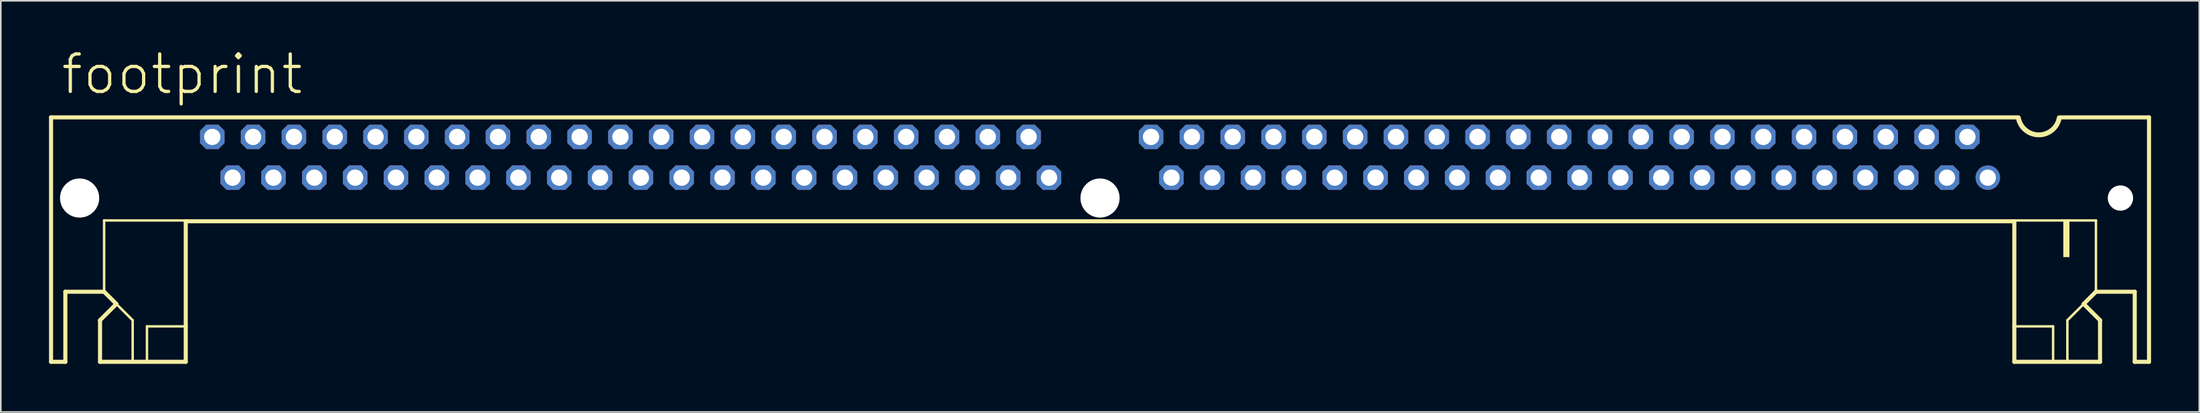
<source format=kicad_pcb>
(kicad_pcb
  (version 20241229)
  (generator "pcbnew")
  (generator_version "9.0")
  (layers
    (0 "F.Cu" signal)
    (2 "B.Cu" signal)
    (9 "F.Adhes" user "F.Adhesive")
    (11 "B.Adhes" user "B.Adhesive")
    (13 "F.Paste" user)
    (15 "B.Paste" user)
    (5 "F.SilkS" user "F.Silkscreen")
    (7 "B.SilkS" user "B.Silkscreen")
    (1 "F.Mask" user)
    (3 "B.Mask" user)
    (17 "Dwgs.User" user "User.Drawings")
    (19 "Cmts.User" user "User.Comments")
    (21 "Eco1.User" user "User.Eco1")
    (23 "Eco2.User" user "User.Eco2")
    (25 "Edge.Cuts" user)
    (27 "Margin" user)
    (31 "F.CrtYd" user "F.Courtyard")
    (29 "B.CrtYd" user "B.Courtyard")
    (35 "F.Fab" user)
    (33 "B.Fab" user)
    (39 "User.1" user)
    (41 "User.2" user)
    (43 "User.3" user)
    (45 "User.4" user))
  (footprint "footprint"
    (layer "F.Cu")
    (at 65.405 6.756)
    (property "Reference" "footprint" (at -64.77 -3.81 0) (layer "F.SilkS") (effects (font (size 2.337 2.337) (thickness 0.203)) (justify left bottom)))
    (fp_line (start -65.278 -2.489) (end 57.15 -2.489) (stroke (width 0.254) (type solid)) (layer "F.SilkS"))
    (fp_line (start -65.278 12.751) (end -65.278 -2.489) (stroke (width 0.254) (type solid)) (layer "F.SilkS"))
    (fp_line (start -64.389 8.382) (end -64.389 12.751) (stroke (width 0.254) (type solid)) (layer "F.SilkS"))
    (fp_line (start -64.389 12.751) (end -65.278 12.751) (stroke (width 0.254) (type solid)) (layer "F.SilkS"))
    (fp_line (start -62.23 10.16) (end -61.214 9.144) (stroke (width 0.254) (type solid)) (layer "F.SilkS"))
    (fp_line (start -62.23 12.751) (end -62.23 10.16) (stroke (width 0.254) (type solid)) (layer "F.SilkS"))
    (fp_line (start -61.976 3.937) (end -61.976 8.382) (stroke (width 0.152) (type solid)) (layer "F.SilkS"))
    (fp_line (start -61.976 8.382) (end -64.389 8.382) (stroke (width 0.254) (type solid)) (layer "F.SilkS"))
    (fp_line (start -61.214 9.144) (end -61.976 8.382) (stroke (width 0.254) (type solid)) (layer "F.SilkS"))
    (fp_line (start -61.214 9.144) (end -60.198 10.16) (stroke (width 0.152) (type solid)) (layer "F.SilkS"))
    (fp_line (start -60.198 10.16) (end -60.198 12.7) (stroke (width 0.152) (type solid)) (layer "F.SilkS"))
    (fp_line (start -59.309 10.541) (end -59.309 12.7) (stroke (width 0.152) (type solid)) (layer "F.SilkS"))
    (fp_line (start -59.309 10.541) (end -56.896 10.541) (stroke (width 0.152) (type solid)) (layer "F.SilkS"))
    (fp_line (start -56.896 3.937) (end -61.976 3.937) (stroke (width 0.152) (type solid)) (layer "F.SilkS"))
    (fp_line (start -56.896 3.988) (end -56.896 10.541) (stroke (width 0.254) (type solid)) (layer "F.SilkS"))
    (fp_line (start -56.896 10.541) (end -56.896 12.751) (stroke (width 0.254) (type solid)) (layer "F.SilkS"))
    (fp_line (start -56.896 12.751) (end -62.23 12.751) (stroke (width 0.254) (type solid)) (layer "F.SilkS"))
    (fp_line (start 56.896 3.937) (end 61.976 3.937) (stroke (width 0.152) (type solid)) (layer "F.SilkS"))
    (fp_line (start 56.896 3.988) (end -56.896 3.988) (stroke (width 0.254) (type solid)) (layer "F.SilkS"))
    (fp_line (start 56.896 3.988) (end 56.896 10.541) (stroke (width 0.254) (type solid)) (layer "F.SilkS"))
    (fp_line (start 56.896 10.541) (end 56.896 12.751) (stroke (width 0.254) (type solid)) (layer "F.SilkS"))
    (fp_line (start 56.896 12.751) (end 62.23 12.751) (stroke (width 0.254) (type solid)) (layer "F.SilkS"))
    (fp_line (start 59.309 10.541) (end 56.896 10.541) (stroke (width 0.152) (type solid)) (layer "F.SilkS"))
    (fp_line (start 59.309 10.541) (end 59.309 12.7) (stroke (width 0.152) (type solid)) (layer "F.SilkS"))
    (fp_line (start 59.69 -2.489) (end 65.278 -2.489) (stroke (width 0.254) (type solid)) (layer "F.SilkS"))
    (fp_line (start 60.198 10.16) (end 60.198 12.7) (stroke (width 0.152) (type solid)) (layer "F.SilkS"))
    (fp_line (start 61.214 9.144) (end 60.198 10.16) (stroke (width 0.152) (type solid)) (layer "F.SilkS"))
    (fp_line (start 61.214 9.144) (end 61.976 8.382) (stroke (width 0.254) (type solid)) (layer "F.SilkS"))
    (fp_line (start 61.976 3.937) (end 61.976 8.382) (stroke (width 0.152) (type solid)) (layer "F.SilkS"))
    (fp_line (start 61.976 8.382) (end 64.389 8.382) (stroke (width 0.254) (type solid)) (layer "F.SilkS"))
    (fp_line (start 62.23 10.16) (end 61.214 9.144) (stroke (width 0.254) (type solid)) (layer "F.SilkS"))
    (fp_line (start 62.23 12.751) (end 62.23 10.16) (stroke (width 0.254) (type solid)) (layer "F.SilkS"))
    (fp_line (start 64.389 8.382) (end 64.389 12.751) (stroke (width 0.254) (type solid)) (layer "F.SilkS"))
    (fp_line (start 64.389 12.751) (end 65.278 12.751) (stroke (width 0.254) (type solid)) (layer "F.SilkS"))
    (fp_line (start 65.278 12.751) (end 65.278 -2.489) (stroke (width 0.254) (type solid)) (layer "F.SilkS"))
    (fp_arc (start 59.69 -2.44) (mid 58.42 -1.398849) (end 57.15 -2.44) (stroke (width 0.3048) (type solid)) (layer "F.SilkS"))
    (fp_poly (pts (xy 59.944 6.223) (xy 60.325 6.223) (xy 60.325 3.937) (xy 59.944 3.937)) (stroke (width 0) (type solid)) (fill yes) (layer "F.SilkS"))
    (pad "" np_thru_hole circle (at -63.5 2.54) (size 2.438 2.438) (drill 2.438) (layers "*.Cu" "*.Mask"))
    (pad "" np_thru_hole circle (at 0 2.54) (size 2.438 2.438) (drill 2.438) (layers "*.Cu" "*.Mask"))
    (pad "" np_thru_hole circle (at 63.5 2.54) (size 1.575 1.575) (drill 1.575) (layers "*.Cu" "*.Mask"))
    (pad "1" thru_hole circle (at 55.245 1.27) (size 1.524 1.524) (drill 1.016) (layers "*.Cu" "*.Mask"))
    (pad "2" thru_hole roundrect (at 53.975 -1.27) (size 1.524 1.524) (drill 1.016) (layers "*.Cu" "*.Mask") (roundrect_rratio 0.25) (chamfer_ratio 0.25) (chamfer top_left top_right bottom_left bottom_right))
    (pad "3" thru_hole roundrect (at 52.705 1.27) (size 1.524 1.524) (drill 1.016) (layers "*.Cu" "*.Mask") (roundrect_rratio 0.25) (chamfer_ratio 0.25) (chamfer top_left top_right bottom_left bottom_right))
    (pad "4" thru_hole roundrect (at 51.435 -1.27) (size 1.524 1.524) (drill 1.016) (layers "*.Cu" "*.Mask") (roundrect_rratio 0.25) (chamfer_ratio 0.25) (chamfer top_left top_right bottom_left bottom_right))
    (pad "5" thru_hole roundrect (at 50.165 1.27) (size 1.524 1.524) (drill 1.016) (layers "*.Cu" "*.Mask") (roundrect_rratio 0.25) (chamfer_ratio 0.25) (chamfer top_left top_right bottom_left bottom_right))
    (pad "6" thru_hole roundrect (at 48.895 -1.27) (size 1.524 1.524) (drill 1.016) (layers "*.Cu" "*.Mask") (roundrect_rratio 0.25) (chamfer_ratio 0.25) (chamfer top_left top_right bottom_left bottom_right))
    (pad "7" thru_hole roundrect (at 47.625 1.27) (size 1.524 1.524) (drill 1.016) (layers "*.Cu" "*.Mask") (roundrect_rratio 0.25) (chamfer_ratio 0.25) (chamfer top_left top_right bottom_left bottom_right))
    (pad "8" thru_hole roundrect (at 46.355 -1.27) (size 1.524 1.524) (drill 1.016) (layers "*.Cu" "*.Mask") (roundrect_rratio 0.25) (chamfer_ratio 0.25) (chamfer top_left top_right bottom_left bottom_right))
    (pad "9" thru_hole roundrect (at 45.085 1.27) (size 1.524 1.524) (drill 1.016) (layers "*.Cu" "*.Mask") (roundrect_rratio 0.25) (chamfer_ratio 0.25) (chamfer top_left top_right bottom_left bottom_right))
    (pad "10" thru_hole roundrect (at 43.815 -1.27) (size 1.524 1.524) (drill 1.016) (layers "*.Cu" "*.Mask") (roundrect_rratio 0.25) (chamfer_ratio 0.25) (chamfer top_left top_right bottom_left bottom_right))
    (pad "11" thru_hole roundrect (at 42.545 1.27) (size 1.524 1.524) (drill 1.016) (layers "*.Cu" "*.Mask") (roundrect_rratio 0.25) (chamfer_ratio 0.25) (chamfer top_left top_right bottom_left bottom_right))
    (pad "12" thru_hole roundrect (at 41.275 -1.27) (size 1.524 1.524) (drill 1.016) (layers "*.Cu" "*.Mask") (roundrect_rratio 0.25) (chamfer_ratio 0.25) (chamfer top_left top_right bottom_left bottom_right))
    (pad "13" thru_hole roundrect (at 40.005 1.27) (size 1.524 1.524) (drill 1.016) (layers "*.Cu" "*.Mask") (roundrect_rratio 0.25) (chamfer_ratio 0.25) (chamfer top_left top_right bottom_left bottom_right))
    (pad "14" thru_hole roundrect (at 38.735 -1.27) (size 1.524 1.524) (drill 1.016) (layers "*.Cu" "*.Mask") (roundrect_rratio 0.25) (chamfer_ratio 0.25) (chamfer top_left top_right bottom_left bottom_right))
    (pad "15" thru_hole roundrect (at 37.465 1.27) (size 1.524 1.524) (drill 1.016) (layers "*.Cu" "*.Mask") (roundrect_rratio 0.25) (chamfer_ratio 0.25) (chamfer top_left top_right bottom_left bottom_right))
    (pad "16" thru_hole roundrect (at 36.195 -1.27) (size 1.524 1.524) (drill 1.016) (layers "*.Cu" "*.Mask") (roundrect_rratio 0.25) (chamfer_ratio 0.25) (chamfer top_left top_right bottom_left bottom_right))
    (pad "17" thru_hole roundrect (at 34.925 1.27) (size 1.524 1.524) (drill 1.016) (layers "*.Cu" "*.Mask") (roundrect_rratio 0.25) (chamfer_ratio 0.25) (chamfer top_left top_right bottom_left bottom_right))
    (pad "18" thru_hole roundrect (at 33.655 -1.27) (size 1.524 1.524) (drill 1.016) (layers "*.Cu" "*.Mask") (roundrect_rratio 0.25) (chamfer_ratio 0.25) (chamfer top_left top_right bottom_left bottom_right))
    (pad "19" thru_hole roundrect (at 32.385 1.27) (size 1.524 1.524) (drill 1.016) (layers "*.Cu" "*.Mask") (roundrect_rratio 0.25) (chamfer_ratio 0.25) (chamfer top_left top_right bottom_left bottom_right))
    (pad "20" thru_hole roundrect (at 31.115 -1.27) (size 1.524 1.524) (drill 1.016) (layers "*.Cu" "*.Mask") (roundrect_rratio 0.25) (chamfer_ratio 0.25) (chamfer top_left top_right bottom_left bottom_right))
    (pad "21" thru_hole roundrect (at 29.845 1.27) (size 1.524 1.524) (drill 1.016) (layers "*.Cu" "*.Mask") (roundrect_rratio 0.25) (chamfer_ratio 0.25) (chamfer top_left top_right bottom_left bottom_right))
    (pad "22" thru_hole roundrect (at 28.575 -1.27) (size 1.524 1.524) (drill 1.016) (layers "*.Cu" "*.Mask") (roundrect_rratio 0.25) (chamfer_ratio 0.25) (chamfer top_left top_right bottom_left bottom_right))
    (pad "23" thru_hole roundrect (at 27.305 1.27) (size 1.524 1.524) (drill 1.016) (layers "*.Cu" "*.Mask") (roundrect_rratio 0.25) (chamfer_ratio 0.25) (chamfer top_left top_right bottom_left bottom_right))
    (pad "24" thru_hole roundrect (at 26.035 -1.27) (size 1.524 1.524) (drill 1.016) (layers "*.Cu" "*.Mask") (roundrect_rratio 0.25) (chamfer_ratio 0.25) (chamfer top_left top_right bottom_left bottom_right))
    (pad "25" thru_hole roundrect (at 24.765 1.27) (size 1.524 1.524) (drill 1.016) (layers "*.Cu" "*.Mask") (roundrect_rratio 0.25) (chamfer_ratio 0.25) (chamfer top_left top_right bottom_left bottom_right))
    (pad "26" thru_hole roundrect (at 23.495 -1.27) (size 1.524 1.524) (drill 1.016) (layers "*.Cu" "*.Mask") (roundrect_rratio 0.25) (chamfer_ratio 0.25) (chamfer top_left top_right bottom_left bottom_right))
    (pad "27" thru_hole roundrect (at 22.225 1.27) (size 1.524 1.524) (drill 1.016) (layers "*.Cu" "*.Mask") (roundrect_rratio 0.25) (chamfer_ratio 0.25) (chamfer top_left top_right bottom_left bottom_right))
    (pad "28" thru_hole roundrect (at 20.955 -1.27) (size 1.524 1.524) (drill 1.016) (layers "*.Cu" "*.Mask") (roundrect_rratio 0.25) (chamfer_ratio 0.25) (chamfer top_left top_right bottom_left bottom_right))
    (pad "29" thru_hole roundrect (at 19.685 1.27) (size 1.524 1.524) (drill 1.016) (layers "*.Cu" "*.Mask") (roundrect_rratio 0.25) (chamfer_ratio 0.25) (chamfer top_left top_right bottom_left bottom_right))
    (pad "30" thru_hole roundrect (at 18.415 -1.27) (size 1.524 1.524) (drill 1.016) (layers "*.Cu" "*.Mask") (roundrect_rratio 0.25) (chamfer_ratio 0.25) (chamfer top_left top_right bottom_left bottom_right))
    (pad "31" thru_hole roundrect (at 17.145 1.27) (size 1.524 1.524) (drill 1.016) (layers "*.Cu" "*.Mask") (roundrect_rratio 0.25) (chamfer_ratio 0.25) (chamfer top_left top_right bottom_left bottom_right))
    (pad "32" thru_hole roundrect (at 15.875 -1.27) (size 1.524 1.524) (drill 1.016) (layers "*.Cu" "*.Mask") (roundrect_rratio 0.25) (chamfer_ratio 0.25) (chamfer top_left top_right bottom_left bottom_right))
    (pad "33" thru_hole roundrect (at 14.605 1.27) (size 1.524 1.524) (drill 1.016) (layers "*.Cu" "*.Mask") (roundrect_rratio 0.25) (chamfer_ratio 0.25) (chamfer top_left top_right bottom_left bottom_right))
    (pad "34" thru_hole roundrect (at 13.335 -1.27) (size 1.524 1.524) (drill 1.016) (layers "*.Cu" "*.Mask") (roundrect_rratio 0.25) (chamfer_ratio 0.25) (chamfer top_left top_right bottom_left bottom_right))
    (pad "35" thru_hole roundrect (at 12.065 1.27) (size 1.524 1.524) (drill 1.016) (layers "*.Cu" "*.Mask") (roundrect_rratio 0.25) (chamfer_ratio 0.25) (chamfer top_left top_right bottom_left bottom_right))
    (pad "36" thru_hole roundrect (at 10.795 -1.27) (size 1.524 1.524) (drill 1.016) (layers "*.Cu" "*.Mask") (roundrect_rratio 0.25) (chamfer_ratio 0.25) (chamfer top_left top_right bottom_left bottom_right))
    (pad "37" thru_hole roundrect (at 9.525 1.27) (size 1.524 1.524) (drill 1.016) (layers "*.Cu" "*.Mask") (roundrect_rratio 0.25) (chamfer_ratio 0.25) (chamfer top_left top_right bottom_left bottom_right))
    (pad "38" thru_hole roundrect (at 8.255 -1.27) (size 1.524 1.524) (drill 1.016) (layers "*.Cu" "*.Mask") (roundrect_rratio 0.25) (chamfer_ratio 0.25) (chamfer top_left top_right bottom_left bottom_right))
    (pad "39" thru_hole roundrect (at 6.985 1.27) (size 1.524 1.524) (drill 1.016) (layers "*.Cu" "*.Mask") (roundrect_rratio 0.25) (chamfer_ratio 0.25) (chamfer top_left top_right bottom_left bottom_right))
    (pad "40" thru_hole roundrect (at 5.715 -1.27) (size 1.524 1.524) (drill 1.016) (layers "*.Cu" "*.Mask") (roundrect_rratio 0.25) (chamfer_ratio 0.25) (chamfer top_left top_right bottom_left bottom_right))
    (pad "41" thru_hole roundrect (at 4.445 1.27) (size 1.524 1.524) (drill 1.016) (layers "*.Cu" "*.Mask") (roundrect_rratio 0.25) (chamfer_ratio 0.25) (chamfer top_left top_right bottom_left bottom_right))
    (pad "42" thru_hole roundrect (at 3.175 -1.27) (size 1.524 1.524) (drill 1.016) (layers "*.Cu" "*.Mask") (roundrect_rratio 0.25) (chamfer_ratio 0.25) (chamfer top_left top_right bottom_left bottom_right))
    (pad "43" thru_hole roundrect (at -3.175 1.27) (size 1.524 1.524) (drill 1.016) (layers "*.Cu" "*.Mask") (roundrect_rratio 0.25) (chamfer_ratio 0.25) (chamfer top_left top_right bottom_left bottom_right))
    (pad "44" thru_hole roundrect (at -4.445 -1.27) (size 1.524 1.524) (drill 1.016) (layers "*.Cu" "*.Mask") (roundrect_rratio 0.25) (chamfer_ratio 0.25) (chamfer top_left top_right bottom_left bottom_right))
    (pad "45" thru_hole roundrect (at -5.715 1.27) (size 1.524 1.524) (drill 1.016) (layers "*.Cu" "*.Mask") (roundrect_rratio 0.25) (chamfer_ratio 0.25) (chamfer top_left top_right bottom_left bottom_right))
    (pad "46" thru_hole roundrect (at -6.985 -1.27) (size 1.524 1.524) (drill 1.016) (layers "*.Cu" "*.Mask") (roundrect_rratio 0.25) (chamfer_ratio 0.25) (chamfer top_left top_right bottom_left bottom_right))
    (pad "47" thru_hole roundrect (at -8.255 1.27) (size 1.524 1.524) (drill 1.016) (layers "*.Cu" "*.Mask") (roundrect_rratio 0.25) (chamfer_ratio 0.25) (chamfer top_left top_right bottom_left bottom_right))
    (pad "48" thru_hole roundrect (at -9.525 -1.27) (size 1.524 1.524) (drill 1.016) (layers "*.Cu" "*.Mask") (roundrect_rratio 0.25) (chamfer_ratio 0.25) (chamfer top_left top_right bottom_left bottom_right))
    (pad "49" thru_hole roundrect (at -10.795 1.27) (size 1.524 1.524) (drill 1.016) (layers "*.Cu" "*.Mask") (roundrect_rratio 0.25) (chamfer_ratio 0.25) (chamfer top_left top_right bottom_left bottom_right))
    (pad "50" thru_hole roundrect (at -12.065 -1.27) (size 1.524 1.524) (drill 1.016) (layers "*.Cu" "*.Mask") (roundrect_rratio 0.25) (chamfer_ratio 0.25) (chamfer top_left top_right bottom_left bottom_right))
    (pad "51" thru_hole roundrect (at -13.335 1.27) (size 1.524 1.524) (drill 1.016) (layers "*.Cu" "*.Mask") (roundrect_rratio 0.25) (chamfer_ratio 0.25) (chamfer top_left top_right bottom_left bottom_right))
    (pad "52" thru_hole roundrect (at -14.605 -1.27) (size 1.524 1.524) (drill 1.016) (layers "*.Cu" "*.Mask") (roundrect_rratio 0.25) (chamfer_ratio 0.25) (chamfer top_left top_right bottom_left bottom_right))
    (pad "53" thru_hole roundrect (at -15.875 1.27) (size 1.524 1.524) (drill 1.016) (layers "*.Cu" "*.Mask") (roundrect_rratio 0.25) (chamfer_ratio 0.25) (chamfer top_left top_right bottom_left bottom_right))
    (pad "54" thru_hole roundrect (at -17.145 -1.27) (size 1.524 1.524) (drill 1.016) (layers "*.Cu" "*.Mask") (roundrect_rratio 0.25) (chamfer_ratio 0.25) (chamfer top_left top_right bottom_left bottom_right))
    (pad "55" thru_hole roundrect (at -18.415 1.27) (size 1.524 1.524) (drill 1.016) (layers "*.Cu" "*.Mask") (roundrect_rratio 0.25) (chamfer_ratio 0.25) (chamfer top_left top_right bottom_left bottom_right))
    (pad "56" thru_hole roundrect (at -19.685 -1.27) (size 1.524 1.524) (drill 1.016) (layers "*.Cu" "*.Mask") (roundrect_rratio 0.25) (chamfer_ratio 0.25) (chamfer top_left top_right bottom_left bottom_right))
    (pad "57" thru_hole roundrect (at -20.955 1.27) (size 1.524 1.524) (drill 1.016) (layers "*.Cu" "*.Mask") (roundrect_rratio 0.25) (chamfer_ratio 0.25) (chamfer top_left top_right bottom_left bottom_right))
    (pad "58" thru_hole roundrect (at -22.225 -1.27) (size 1.524 1.524) (drill 1.016) (layers "*.Cu" "*.Mask") (roundrect_rratio 0.25) (chamfer_ratio 0.25) (chamfer top_left top_right bottom_left bottom_right))
    (pad "59" thru_hole roundrect (at -23.495 1.27) (size 1.524 1.524) (drill 1.016) (layers "*.Cu" "*.Mask") (roundrect_rratio 0.25) (chamfer_ratio 0.25) (chamfer top_left top_right bottom_left bottom_right))
    (pad "60" thru_hole roundrect (at -24.765 -1.27) (size 1.524 1.524) (drill 1.016) (layers "*.Cu" "*.Mask") (roundrect_rratio 0.25) (chamfer_ratio 0.25) (chamfer top_left top_right bottom_left bottom_right))
    (pad "61" thru_hole roundrect (at -26.035 1.27) (size 1.524 1.524) (drill 1.016) (layers "*.Cu" "*.Mask") (roundrect_rratio 0.25) (chamfer_ratio 0.25) (chamfer top_left top_right bottom_left bottom_right))
    (pad "62" thru_hole roundrect (at -27.305 -1.27) (size 1.524 1.524) (drill 1.016) (layers "*.Cu" "*.Mask") (roundrect_rratio 0.25) (chamfer_ratio 0.25) (chamfer top_left top_right bottom_left bottom_right))
    (pad "63" thru_hole roundrect (at -28.575 1.27) (size 1.524 1.524) (drill 1.016) (layers "*.Cu" "*.Mask") (roundrect_rratio 0.25) (chamfer_ratio 0.25) (chamfer top_left top_right bottom_left bottom_right))
    (pad "64" thru_hole roundrect (at -29.845 -1.27) (size 1.524 1.524) (drill 1.016) (layers "*.Cu" "*.Mask") (roundrect_rratio 0.25) (chamfer_ratio 0.25) (chamfer top_left top_right bottom_left bottom_right))
    (pad "65" thru_hole roundrect (at -31.115 1.27) (size 1.524 1.524) (drill 1.016) (layers "*.Cu" "*.Mask") (roundrect_rratio 0.25) (chamfer_ratio 0.25) (chamfer top_left top_right bottom_left bottom_right))
    (pad "66" thru_hole roundrect (at -32.385 -1.27) (size 1.524 1.524) (drill 1.016) (layers "*.Cu" "*.Mask") (roundrect_rratio 0.25) (chamfer_ratio 0.25) (chamfer top_left top_right bottom_left bottom_right))
    (pad "67" thru_hole roundrect (at -33.655 1.27) (size 1.524 1.524) (drill 1.016) (layers "*.Cu" "*.Mask") (roundrect_rratio 0.25) (chamfer_ratio 0.25) (chamfer top_left top_right bottom_left bottom_right))
    (pad "68" thru_hole roundrect (at -34.925 -1.27) (size 1.524 1.524) (drill 1.016) (layers "*.Cu" "*.Mask") (roundrect_rratio 0.25) (chamfer_ratio 0.25) (chamfer top_left top_right bottom_left bottom_right))
    (pad "69" thru_hole roundrect (at -36.195 1.27) (size 1.524 1.524) (drill 1.016) (layers "*.Cu" "*.Mask") (roundrect_rratio 0.25) (chamfer_ratio 0.25) (chamfer top_left top_right bottom_left bottom_right))
    (pad "70" thru_hole roundrect (at -37.465 -1.27) (size 1.524 1.524) (drill 1.016) (layers "*.Cu" "*.Mask") (roundrect_rratio 0.25) (chamfer_ratio 0.25) (chamfer top_left top_right bottom_left bottom_right))
    (pad "71" thru_hole roundrect (at -38.735 1.27) (size 1.524 1.524) (drill 1.016) (layers "*.Cu" "*.Mask") (roundrect_rratio 0.25) (chamfer_ratio 0.25) (chamfer top_left top_right bottom_left bottom_right))
    (pad "72" thru_hole roundrect (at -40.005 -1.27) (size 1.524 1.524) (drill 1.016) (layers "*.Cu" "*.Mask") (roundrect_rratio 0.25) (chamfer_ratio 0.25) (chamfer top_left top_right bottom_left bottom_right))
    (pad "73" thru_hole roundrect (at -41.275 1.27) (size 1.524 1.524) (drill 1.016) (layers "*.Cu" "*.Mask") (roundrect_rratio 0.25) (chamfer_ratio 0.25) (chamfer top_left top_right bottom_left bottom_right))
    (pad "74" thru_hole roundrect (at -42.545 -1.27) (size 1.524 1.524) (drill 1.016) (layers "*.Cu" "*.Mask") (roundrect_rratio 0.25) (chamfer_ratio 0.25) (chamfer top_left top_right bottom_left bottom_right))
    (pad "75" thru_hole roundrect (at -43.815 1.27) (size 1.524 1.524) (drill 1.016) (layers "*.Cu" "*.Mask") (roundrect_rratio 0.25) (chamfer_ratio 0.25) (chamfer top_left top_right bottom_left bottom_right))
    (pad "76" thru_hole roundrect (at -45.085 -1.27) (size 1.524 1.524) (drill 1.016) (layers "*.Cu" "*.Mask") (roundrect_rratio 0.25) (chamfer_ratio 0.25) (chamfer top_left top_right bottom_left bottom_right))
    (pad "77" thru_hole roundrect (at -46.355 1.27) (size 1.524 1.524) (drill 1.016) (layers "*.Cu" "*.Mask") (roundrect_rratio 0.25) (chamfer_ratio 0.25) (chamfer top_left top_right bottom_left bottom_right))
    (pad "78" thru_hole roundrect (at -47.625 -1.27) (size 1.524 1.524) (drill 1.016) (layers "*.Cu" "*.Mask") (roundrect_rratio 0.25) (chamfer_ratio 0.25) (chamfer top_left top_right bottom_left bottom_right))
    (pad "79" thru_hole roundrect (at -48.895 1.27) (size 1.524 1.524) (drill 1.016) (layers "*.Cu" "*.Mask") (roundrect_rratio 0.25) (chamfer_ratio 0.25) (chamfer top_left top_right bottom_left bottom_right))
    (pad "80" thru_hole roundrect (at -50.165 -1.27) (size 1.524 1.524) (drill 1.016) (layers "*.Cu" "*.Mask") (roundrect_rratio 0.25) (chamfer_ratio 0.25) (chamfer top_left top_right bottom_left bottom_right))
    (pad "81" thru_hole roundrect (at -51.435 1.27) (size 1.524 1.524) (drill 1.016) (layers "*.Cu" "*.Mask") (roundrect_rratio 0.25) (chamfer_ratio 0.25) (chamfer top_left top_right bottom_left bottom_right))
    (pad "82" thru_hole roundrect (at -52.705 -1.27) (size 1.524 1.524) (drill 1.016) (layers "*.Cu" "*.Mask") (roundrect_rratio 0.25) (chamfer_ratio 0.25) (chamfer top_left top_right bottom_left bottom_right))
    (pad "83" thru_hole roundrect (at -53.975 1.27) (size 1.524 1.524) (drill 1.016) (layers "*.Cu" "*.Mask") (roundrect_rratio 0.25) (chamfer_ratio 0.25) (chamfer top_left top_right bottom_left bottom_right))
    (pad "84" thru_hole roundrect (at -55.245 -1.27) (size 1.524 1.524) (drill 1.016) (layers "*.Cu" "*.Mask") (roundrect_rratio 0.25) (chamfer_ratio 0.25) (chamfer top_left top_right bottom_left bottom_right)))
  (gr_rect
    (start -3 -3)
    (end 133.81 22.634)
    (stroke (width 0.1) (type default))
    (fill no)
    (layer "Edge.Cuts")))
</source>
